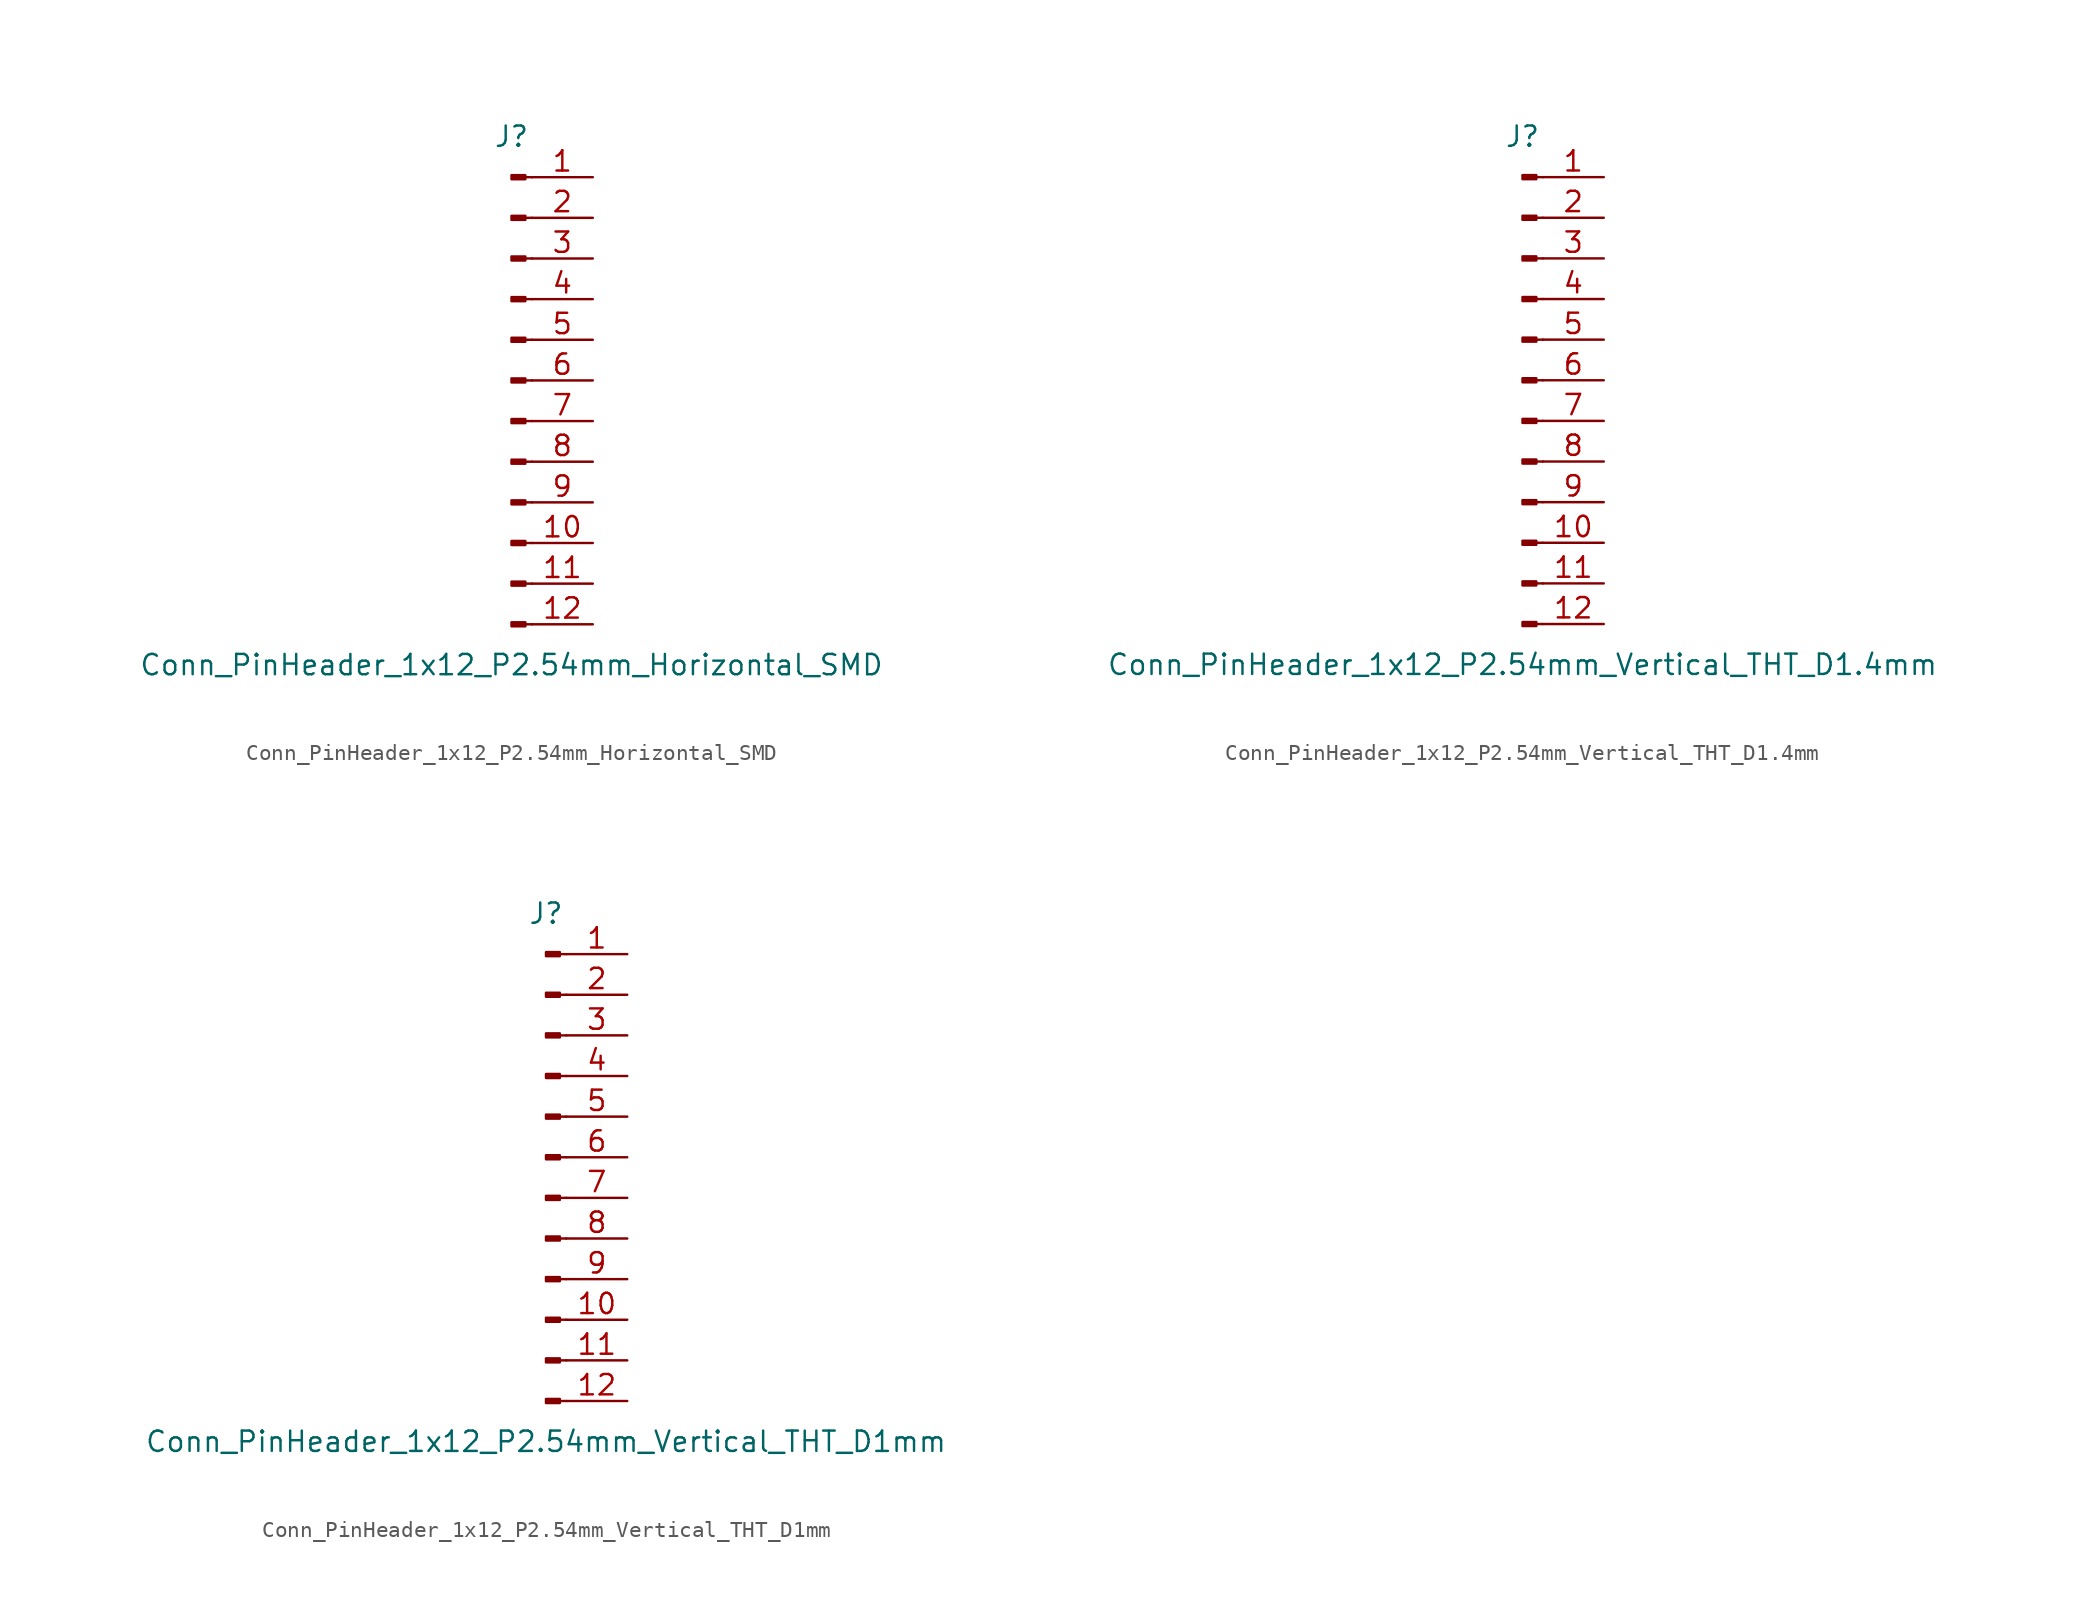
<source format=kicad_sym>
(kicad_symbol_lib
  (version 20220914)
  (generator kicad_symbol_editor)
  (symbol "Conn_PinHeader_1x12_P2.54mm_Horizontal_SMD"
    (pin_names
      (offset 1.016) hide)
    (property "Reference" "J"
      (at 0 15.24 0)
      (effects (font (size 1.27 1.27))))
    (property "Value" "Conn_PinHeader_1x12_P2.54mm_Horizontal_SMD"
      (at 0 -17.78 0)
      (effects (font (size 1.27 1.27))))
    (symbol "Conn_PinHeader_1x12_P2.54mm_Horizontal_SMD_1_1"
      (polyline (pts (xy 1.27 -15.24) (xy 0.864 -15.24)) (stroke (width 0.152) (type solid)) (fill (type none)))
      (polyline (pts (xy 1.27 -12.7) (xy 0.864 -12.7)) (stroke (width 0.152) (type solid)) (fill (type none)))
      (polyline (pts (xy 1.27 -10.16) (xy 0.864 -10.16)) (stroke (width 0.152) (type solid)) (fill (type none)))
      (polyline (pts (xy 1.27 -7.62) (xy 0.864 -7.62)) (stroke (width 0.152) (type solid)) (fill (type none)))
      (polyline (pts (xy 1.27 -5.08) (xy 0.864 -5.08)) (stroke (width 0.152) (type solid)) (fill (type none)))
      (polyline (pts (xy 1.27 -2.54) (xy 0.864 -2.54)) (stroke (width 0.152) (type solid)) (fill (type none)))
      (polyline (pts (xy 1.27 0) (xy 0.864 0)) (stroke (width 0.152) (type solid)) (fill (type none)))
      (polyline (pts (xy 1.27 2.54) (xy 0.864 2.54)) (stroke (width 0.152) (type solid)) (fill (type none)))
      (polyline (pts (xy 1.27 5.08) (xy 0.864 5.08)) (stroke (width 0.152) (type solid)) (fill (type none)))
      (polyline (pts (xy 1.27 7.62) (xy 0.864 7.62)) (stroke (width 0.152) (type solid)) (fill (type none)))
      (polyline (pts (xy 1.27 10.16) (xy 0.864 10.16)) (stroke (width 0.152) (type solid)) (fill (type none)))
      (polyline (pts (xy 1.27 12.7) (xy 0.864 12.7)) (stroke (width 0.152) (type solid)) (fill (type none)))
      (rectangle (start 0.864 -15.113) (end 0 -15.367) (stroke (width 0.152) (type solid)) (fill (type outline)))
      (rectangle (start 0.864 -12.573) (end 0 -12.827) (stroke (width 0.152) (type solid)) (fill (type outline)))
      (rectangle (start 0.864 -10.033) (end 0 -10.287) (stroke (width 0.152) (type solid)) (fill (type outline)))
      (rectangle (start 0.864 -7.493) (end 0 -7.747) (stroke (width 0.152) (type solid)) (fill (type outline)))
      (rectangle (start 0.864 -4.953) (end 0 -5.207) (stroke (width 0.152) (type solid)) (fill (type outline)))
      (rectangle (start 0.864 -2.413) (end 0 -2.667) (stroke (width 0.152) (type solid)) (fill (type outline)))
      (rectangle (start 0.864 0.127) (end 0 -0.127) (stroke (width 0.152) (type solid)) (fill (type outline)))
      (rectangle (start 0.864 2.667) (end 0 2.413) (stroke (width 0.152) (type solid)) (fill (type outline)))
      (rectangle (start 0.864 5.207) (end 0 4.953) (stroke (width 0.152) (type solid)) (fill (type outline)))
      (rectangle (start 0.864 7.747) (end 0 7.493) (stroke (width 0.152) (type solid)) (fill (type outline)))
      (rectangle (start 0.864 10.287) (end 0 10.033) (stroke (width 0.152) (type solid)) (fill (type outline)))
      (rectangle (start 0.864 12.827) (end 0 12.573) (stroke (width 0.152) (type solid)) (fill (type outline)))
      (pin passive line (at 5.08 12.7 180) (length 3.81) (name "Pin_1" (effects (font (size 1.27 1.27)))) (number "1" (effects (font (size 1.27 1.27)))))
      (pin passive line (at 5.08 -10.16 180) (length 3.81) (name "Pin_10" (effects (font (size 1.27 1.27)))) (number "10" (effects (font (size 1.27 1.27)))))
      (pin passive line (at 5.08 -12.7 180) (length 3.81) (name "Pin_11" (effects (font (size 1.27 1.27)))) (number "11" (effects (font (size 1.27 1.27)))))
      (pin passive line (at 5.08 -15.24 180) (length 3.81) (name "Pin_12" (effects (font (size 1.27 1.27)))) (number "12" (effects (font (size 1.27 1.27)))))
      (pin passive line (at 5.08 10.16 180) (length 3.81) (name "Pin_2" (effects (font (size 1.27 1.27)))) (number "2" (effects (font (size 1.27 1.27)))))
      (pin passive line (at 5.08 7.62 180) (length 3.81) (name "Pin_3" (effects (font (size 1.27 1.27)))) (number "3" (effects (font (size 1.27 1.27)))))
      (pin passive line (at 5.08 5.08 180) (length 3.81) (name "Pin_4" (effects (font (size 1.27 1.27)))) (number "4" (effects (font (size 1.27 1.27)))))
      (pin passive line (at 5.08 2.54 180) (length 3.81) (name "Pin_5" (effects (font (size 1.27 1.27)))) (number "5" (effects (font (size 1.27 1.27)))))
      (pin passive line (at 5.08 0 180) (length 3.81) (name "Pin_6" (effects (font (size 1.27 1.27)))) (number "6" (effects (font (size 1.27 1.27)))))
      (pin passive line (at 5.08 -2.54 180) (length 3.81) (name "Pin_7" (effects (font (size 1.27 1.27)))) (number "7" (effects (font (size 1.27 1.27)))))
      (pin passive line (at 5.08 -5.08 180) (length 3.81) (name "Pin_8" (effects (font (size 1.27 1.27)))) (number "8" (effects (font (size 1.27 1.27)))))
      (pin passive line (at 5.08 -7.62 180) (length 3.81) (name "Pin_9" (effects (font (size 1.27 1.27)))) (number "9" (effects (font (size 1.27 1.27)))))))
  (symbol "Conn_PinHeader_1x12_P2.54mm_Vertical_THT_D1.4mm"
    (pin_names
      (offset 1.016) hide)
    (property "Reference" "J"
      (at 0 15.24 0)
      (effects (font (size 1.27 1.27))))
    (property "Value" "Conn_PinHeader_1x12_P2.54mm_Vertical_THT_D1.4mm"
      (at 0 -17.78 0)
      (effects (font (size 1.27 1.27))))
    (symbol "Conn_PinHeader_1x12_P2.54mm_Vertical_THT_D1.4mm_1_1"
      (polyline (pts (xy 1.27 -15.24) (xy 0.864 -15.24)) (stroke (width 0.152) (type solid)) (fill (type none)))
      (polyline (pts (xy 1.27 -12.7) (xy 0.864 -12.7)) (stroke (width 0.152) (type solid)) (fill (type none)))
      (polyline (pts (xy 1.27 -10.16) (xy 0.864 -10.16)) (stroke (width 0.152) (type solid)) (fill (type none)))
      (polyline (pts (xy 1.27 -7.62) (xy 0.864 -7.62)) (stroke (width 0.152) (type solid)) (fill (type none)))
      (polyline (pts (xy 1.27 -5.08) (xy 0.864 -5.08)) (stroke (width 0.152) (type solid)) (fill (type none)))
      (polyline (pts (xy 1.27 -2.54) (xy 0.864 -2.54)) (stroke (width 0.152) (type solid)) (fill (type none)))
      (polyline (pts (xy 1.27 0) (xy 0.864 0)) (stroke (width 0.152) (type solid)) (fill (type none)))
      (polyline (pts (xy 1.27 2.54) (xy 0.864 2.54)) (stroke (width 0.152) (type solid)) (fill (type none)))
      (polyline (pts (xy 1.27 5.08) (xy 0.864 5.08)) (stroke (width 0.152) (type solid)) (fill (type none)))
      (polyline (pts (xy 1.27 7.62) (xy 0.864 7.62)) (stroke (width 0.152) (type solid)) (fill (type none)))
      (polyline (pts (xy 1.27 10.16) (xy 0.864 10.16)) (stroke (width 0.152) (type solid)) (fill (type none)))
      (polyline (pts (xy 1.27 12.7) (xy 0.864 12.7)) (stroke (width 0.152) (type solid)) (fill (type none)))
      (rectangle (start 0.864 -15.113) (end 0 -15.367) (stroke (width 0.152) (type solid)) (fill (type outline)))
      (rectangle (start 0.864 -12.573) (end 0 -12.827) (stroke (width 0.152) (type solid)) (fill (type outline)))
      (rectangle (start 0.864 -10.033) (end 0 -10.287) (stroke (width 0.152) (type solid)) (fill (type outline)))
      (rectangle (start 0.864 -7.493) (end 0 -7.747) (stroke (width 0.152) (type solid)) (fill (type outline)))
      (rectangle (start 0.864 -4.953) (end 0 -5.207) (stroke (width 0.152) (type solid)) (fill (type outline)))
      (rectangle (start 0.864 -2.413) (end 0 -2.667) (stroke (width 0.152) (type solid)) (fill (type outline)))
      (rectangle (start 0.864 0.127) (end 0 -0.127) (stroke (width 0.152) (type solid)) (fill (type outline)))
      (rectangle (start 0.864 2.667) (end 0 2.413) (stroke (width 0.152) (type solid)) (fill (type outline)))
      (rectangle (start 0.864 5.207) (end 0 4.953) (stroke (width 0.152) (type solid)) (fill (type outline)))
      (rectangle (start 0.864 7.747) (end 0 7.493) (stroke (width 0.152) (type solid)) (fill (type outline)))
      (rectangle (start 0.864 10.287) (end 0 10.033) (stroke (width 0.152) (type solid)) (fill (type outline)))
      (rectangle (start 0.864 12.827) (end 0 12.573) (stroke (width 0.152) (type solid)) (fill (type outline)))
      (pin passive line (at 5.08 12.7 180) (length 3.81) (name "Pin_1" (effects (font (size 1.27 1.27)))) (number "1" (effects (font (size 1.27 1.27)))))
      (pin passive line (at 5.08 -10.16 180) (length 3.81) (name "Pin_10" (effects (font (size 1.27 1.27)))) (number "10" (effects (font (size 1.27 1.27)))))
      (pin passive line (at 5.08 -12.7 180) (length 3.81) (name "Pin_11" (effects (font (size 1.27 1.27)))) (number "11" (effects (font (size 1.27 1.27)))))
      (pin passive line (at 5.08 -15.24 180) (length 3.81) (name "Pin_12" (effects (font (size 1.27 1.27)))) (number "12" (effects (font (size 1.27 1.27)))))
      (pin passive line (at 5.08 10.16 180) (length 3.81) (name "Pin_2" (effects (font (size 1.27 1.27)))) (number "2" (effects (font (size 1.27 1.27)))))
      (pin passive line (at 5.08 7.62 180) (length 3.81) (name "Pin_3" (effects (font (size 1.27 1.27)))) (number "3" (effects (font (size 1.27 1.27)))))
      (pin passive line (at 5.08 5.08 180) (length 3.81) (name "Pin_4" (effects (font (size 1.27 1.27)))) (number "4" (effects (font (size 1.27 1.27)))))
      (pin passive line (at 5.08 2.54 180) (length 3.81) (name "Pin_5" (effects (font (size 1.27 1.27)))) (number "5" (effects (font (size 1.27 1.27)))))
      (pin passive line (at 5.08 0 180) (length 3.81) (name "Pin_6" (effects (font (size 1.27 1.27)))) (number "6" (effects (font (size 1.27 1.27)))))
      (pin passive line (at 5.08 -2.54 180) (length 3.81) (name "Pin_7" (effects (font (size 1.27 1.27)))) (number "7" (effects (font (size 1.27 1.27)))))
      (pin passive line (at 5.08 -5.08 180) (length 3.81) (name "Pin_8" (effects (font (size 1.27 1.27)))) (number "8" (effects (font (size 1.27 1.27)))))
      (pin passive line (at 5.08 -7.62 180) (length 3.81) (name "Pin_9" (effects (font (size 1.27 1.27)))) (number "9" (effects (font (size 1.27 1.27)))))))
  (symbol "Conn_PinHeader_1x12_P2.54mm_Vertical_THT_D1mm"
    (pin_names
      (offset 1.016) hide)
    (property "Reference" "J"
      (at 0 15.24 0)
      (effects (font (size 1.27 1.27))))
    (property "Value" "Conn_PinHeader_1x12_P2.54mm_Vertical_THT_D1mm"
      (at 0 -17.78 0)
      (effects (font (size 1.27 1.27))))
    (symbol "Conn_PinHeader_1x12_P2.54mm_Vertical_THT_D1mm_1_1"
      (polyline (pts (xy 1.27 -15.24) (xy 0.864 -15.24)) (stroke (width 0.152) (type solid)) (fill (type none)))
      (polyline (pts (xy 1.27 -12.7) (xy 0.864 -12.7)) (stroke (width 0.152) (type solid)) (fill (type none)))
      (polyline (pts (xy 1.27 -10.16) (xy 0.864 -10.16)) (stroke (width 0.152) (type solid)) (fill (type none)))
      (polyline (pts (xy 1.27 -7.62) (xy 0.864 -7.62)) (stroke (width 0.152) (type solid)) (fill (type none)))
      (polyline (pts (xy 1.27 -5.08) (xy 0.864 -5.08)) (stroke (width 0.152) (type solid)) (fill (type none)))
      (polyline (pts (xy 1.27 -2.54) (xy 0.864 -2.54)) (stroke (width 0.152) (type solid)) (fill (type none)))
      (polyline (pts (xy 1.27 0) (xy 0.864 0)) (stroke (width 0.152) (type solid)) (fill (type none)))
      (polyline (pts (xy 1.27 2.54) (xy 0.864 2.54)) (stroke (width 0.152) (type solid)) (fill (type none)))
      (polyline (pts (xy 1.27 5.08) (xy 0.864 5.08)) (stroke (width 0.152) (type solid)) (fill (type none)))
      (polyline (pts (xy 1.27 7.62) (xy 0.864 7.62)) (stroke (width 0.152) (type solid)) (fill (type none)))
      (polyline (pts (xy 1.27 10.16) (xy 0.864 10.16)) (stroke (width 0.152) (type solid)) (fill (type none)))
      (polyline (pts (xy 1.27 12.7) (xy 0.864 12.7)) (stroke (width 0.152) (type solid)) (fill (type none)))
      (rectangle (start 0.864 -15.113) (end 0 -15.367) (stroke (width 0.152) (type solid)) (fill (type outline)))
      (rectangle (start 0.864 -12.573) (end 0 -12.827) (stroke (width 0.152) (type solid)) (fill (type outline)))
      (rectangle (start 0.864 -10.033) (end 0 -10.287) (stroke (width 0.152) (type solid)) (fill (type outline)))
      (rectangle (start 0.864 -7.493) (end 0 -7.747) (stroke (width 0.152) (type solid)) (fill (type outline)))
      (rectangle (start 0.864 -4.953) (end 0 -5.207) (stroke (width 0.152) (type solid)) (fill (type outline)))
      (rectangle (start 0.864 -2.413) (end 0 -2.667) (stroke (width 0.152) (type solid)) (fill (type outline)))
      (rectangle (start 0.864 0.127) (end 0 -0.127) (stroke (width 0.152) (type solid)) (fill (type outline)))
      (rectangle (start 0.864 2.667) (end 0 2.413) (stroke (width 0.152) (type solid)) (fill (type outline)))
      (rectangle (start 0.864 5.207) (end 0 4.953) (stroke (width 0.152) (type solid)) (fill (type outline)))
      (rectangle (start 0.864 7.747) (end 0 7.493) (stroke (width 0.152) (type solid)) (fill (type outline)))
      (rectangle (start 0.864 10.287) (end 0 10.033) (stroke (width 0.152) (type solid)) (fill (type outline)))
      (rectangle (start 0.864 12.827) (end 0 12.573) (stroke (width 0.152) (type solid)) (fill (type outline)))
      (pin passive line (at 5.08 12.7 180) (length 3.81) (name "Pin_1" (effects (font (size 1.27 1.27)))) (number "1" (effects (font (size 1.27 1.27)))))
      (pin passive line (at 5.08 -10.16 180) (length 3.81) (name "Pin_10" (effects (font (size 1.27 1.27)))) (number "10" (effects (font (size 1.27 1.27)))))
      (pin passive line (at 5.08 -12.7 180) (length 3.81) (name "Pin_11" (effects (font (size 1.27 1.27)))) (number "11" (effects (font (size 1.27 1.27)))))
      (pin passive line (at 5.08 -15.24 180) (length 3.81) (name "Pin_12" (effects (font (size 1.27 1.27)))) (number "12" (effects (font (size 1.27 1.27)))))
      (pin passive line (at 5.08 10.16 180) (length 3.81) (name "Pin_2" (effects (font (size 1.27 1.27)))) (number "2" (effects (font (size 1.27 1.27)))))
      (pin passive line (at 5.08 7.62 180) (length 3.81) (name "Pin_3" (effects (font (size 1.27 1.27)))) (number "3" (effects (font (size 1.27 1.27)))))
      (pin passive line (at 5.08 5.08 180) (length 3.81) (name "Pin_4" (effects (font (size 1.27 1.27)))) (number "4" (effects (font (size 1.27 1.27)))))
      (pin passive line (at 5.08 2.54 180) (length 3.81) (name "Pin_5" (effects (font (size 1.27 1.27)))) (number "5" (effects (font (size 1.27 1.27)))))
      (pin passive line (at 5.08 0 180) (length 3.81) (name "Pin_6" (effects (font (size 1.27 1.27)))) (number "6" (effects (font (size 1.27 1.27)))))
      (pin passive line (at 5.08 -2.54 180) (length 3.81) (name "Pin_7" (effects (font (size 1.27 1.27)))) (number "7" (effects (font (size 1.27 1.27)))))
      (pin passive line (at 5.08 -5.08 180) (length 3.81) (name "Pin_8" (effects (font (size 1.27 1.27)))) (number "8" (effects (font (size 1.27 1.27)))))
      (pin passive line (at 5.08 -7.62 180) (length 3.81) (name "Pin_9" (effects (font (size 1.27 1.27)))) (number "9" (effects (font (size 1.27 1.27))))))))
</source>
